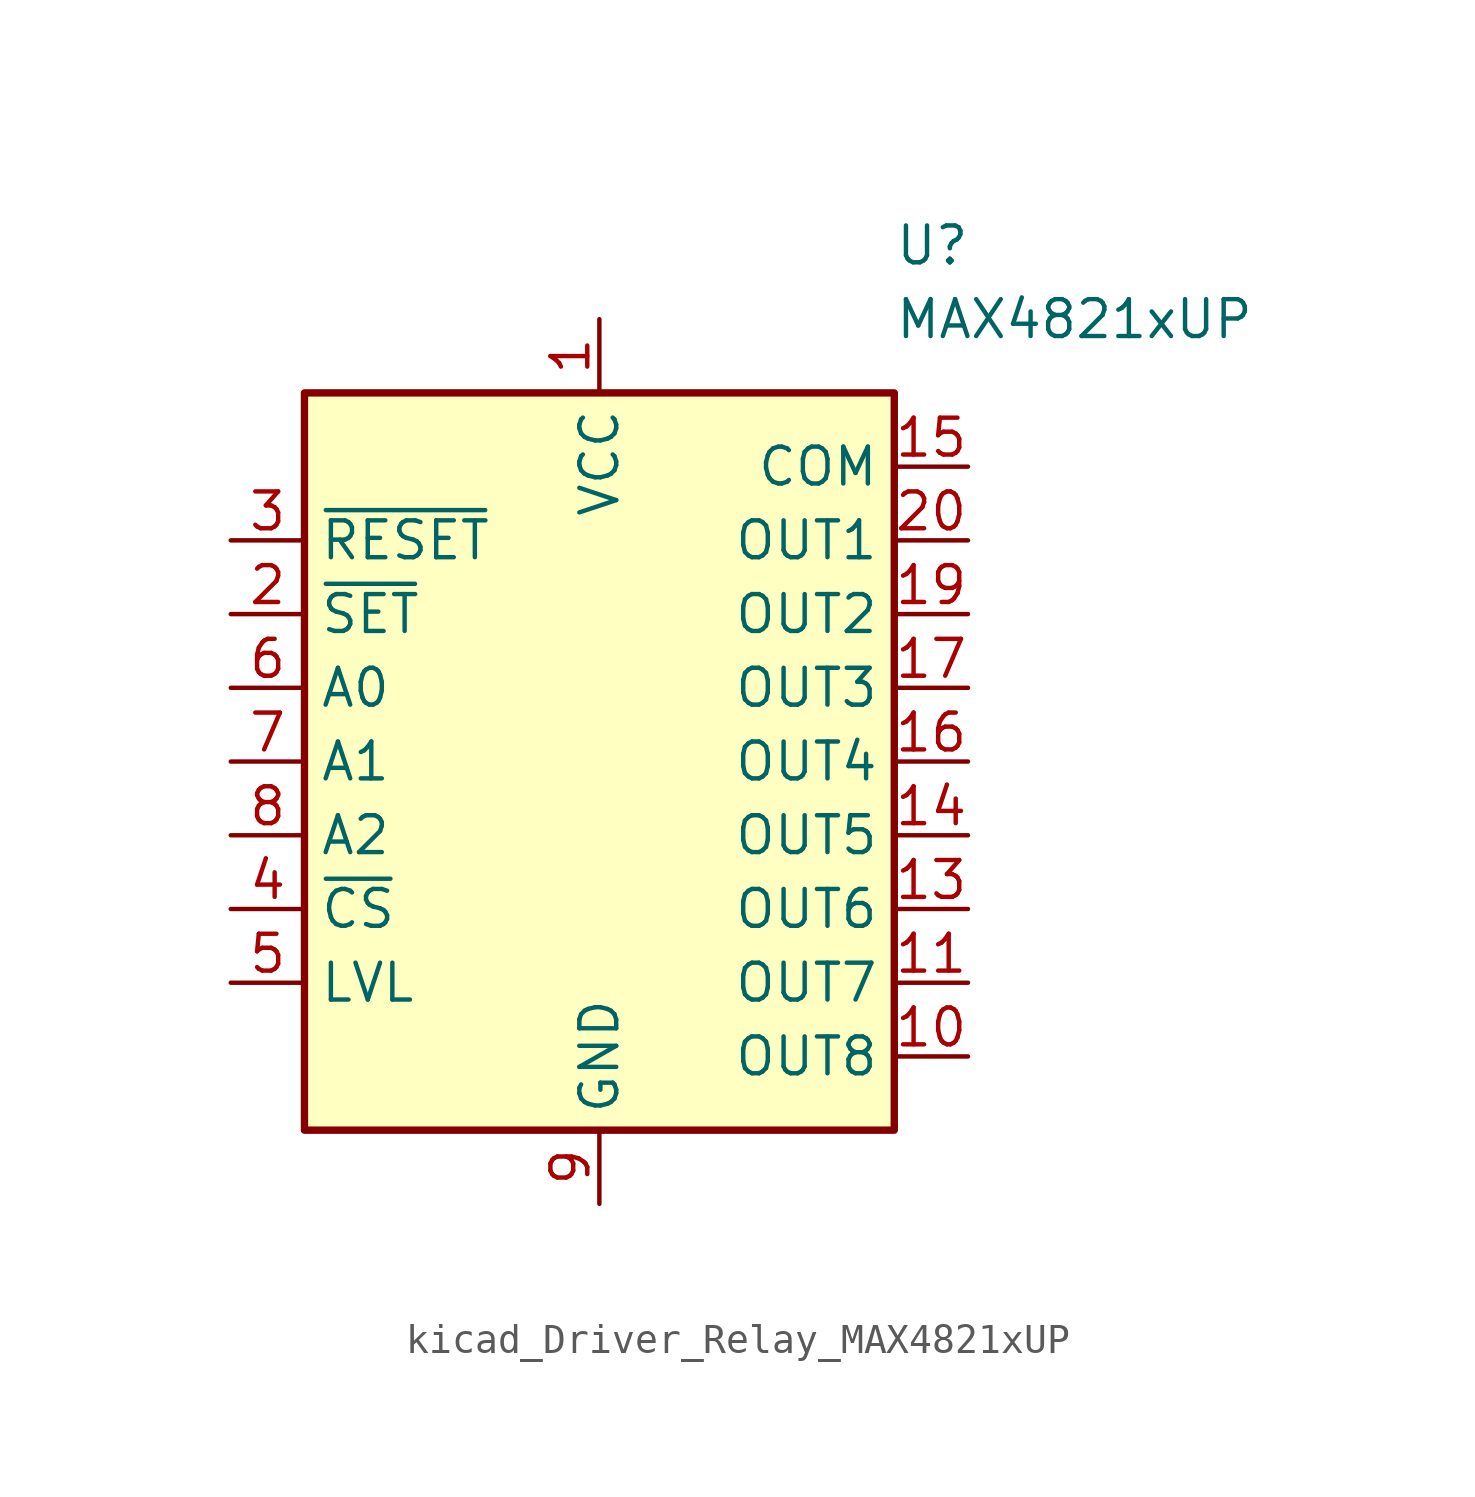
<source format=kicad_sym>
(kicad_symbol_lib
  (version 20220914)
  (generator kicad_symbol_editor)
  (symbol "kicad_Driver_Relay_MAX4821xUP"
    (property "Reference" "U"
      (at 10.16 17.78 0)
      (effects (font (size 1.27 1.27)) (justify left)))
    (property "Value" "MAX4821xUP"
      (at 10.16 15.24 0)
      (effects (font (size 1.27 1.27)) (justify left)))
    (symbol "kicad_Driver_Relay_MAX4821xUP_0_0"
      (pin open_collector line (at 12.7 2.54 180) (length 2.54) (name "OUT3" (effects (font (size 1.27 1.27)))) (number "17" (effects (font (size 1.27 1.27)))))
      (pin passive line (at 0 -15.24 90) (length 2.54) hide (name "GND" (effects (font (size 1.27 1.27)))) (number "18" (effects (font (size 1.27 1.27)))))
      (pin open_collector line (at 12.7 5.08 180) (length 2.54) (name "OUT2" (effects (font (size 1.27 1.27)))) (number "19" (effects (font (size 1.27 1.27)))))
      (pin open_collector line (at 12.7 7.62 180) (length 2.54) (name "OUT1" (effects (font (size 1.27 1.27)))) (number "20" (effects (font (size 1.27 1.27)))))
      (pin passive line (at 0 -15.24 90) (length 2.54) hide (name "GND" (effects (font (size 1.27 1.27)))) (number "21" (effects (font (size 1.27 1.27)))))
      (pin power_in line (at 0 -15.24 90) (length 2.54) (name "GND" (effects (font (size 1.27 1.27)))) (number "9" (effects (font (size 1.27 1.27))))))
    (symbol "kicad_Driver_Relay_MAX4821xUP_0_1"
      (rectangle (start -10.16 12.7) (end 10.16 -12.7) (stroke (width 0.254) (type default)) (fill (type background))))
    (symbol "kicad_Driver_Relay_MAX4821xUP_1_1"
      (pin power_in line (at 0 15.24 270) (length 2.54) (name "VCC" (effects (font (size 1.27 1.27)))) (number "1" (effects (font (size 1.27 1.27)))))
      (pin open_collector line (at 12.7 -10.16 180) (length 2.54) (name "OUT8" (effects (font (size 1.27 1.27)))) (number "10" (effects (font (size 1.27 1.27)))))
      (pin open_collector line (at 12.7 -7.62 180) (length 2.54) (name "OUT7" (effects (font (size 1.27 1.27)))) (number "11" (effects (font (size 1.27 1.27)))))
      (pin passive line (at 0 -15.24 90) (length 2.54) hide (name "GND" (effects (font (size 1.27 1.27)))) (number "12" (effects (font (size 1.27 1.27)))))
      (pin open_collector line (at 12.7 -5.08 180) (length 2.54) (name "OUT6" (effects (font (size 1.27 1.27)))) (number "13" (effects (font (size 1.27 1.27)))))
      (pin open_collector line (at 12.7 -2.54 180) (length 2.54) (name "OUT5" (effects (font (size 1.27 1.27)))) (number "14" (effects (font (size 1.27 1.27)))))
      (pin passive line (at 12.7 10.16 180) (length 2.54) (name "COM" (effects (font (size 1.27 1.27)))) (number "15" (effects (font (size 1.27 1.27)))))
      (pin open_collector line (at 12.7 0 180) (length 2.54) (name "OUT4" (effects (font (size 1.27 1.27)))) (number "16" (effects (font (size 1.27 1.27)))))
      (pin input line (at -12.7 5.08 0) (length 2.54) (name "~{SET}" (effects (font (size 1.27 1.27)))) (number "2" (effects (font (size 1.27 1.27)))))
      (pin input line (at -12.7 7.62 0) (length 2.54) (name "~{RESET}" (effects (font (size 1.27 1.27)))) (number "3" (effects (font (size 1.27 1.27)))))
      (pin input line (at -12.7 -5.08 0) (length 2.54) (name "~{CS}" (effects (font (size 1.27 1.27)))) (number "4" (effects (font (size 1.27 1.27)))))
      (pin input line (at -12.7 -7.62 0) (length 2.54) (name "LVL" (effects (font (size 1.27 1.27)))) (number "5" (effects (font (size 1.27 1.27)))))
      (pin input line (at -12.7 2.54 0) (length 2.54) (name "A0" (effects (font (size 1.27 1.27)))) (number "6" (effects (font (size 1.27 1.27)))))
      (pin input line (at -12.7 0 0) (length 2.54) (name "A1" (effects (font (size 1.27 1.27)))) (number "7" (effects (font (size 1.27 1.27)))))
      (pin input line (at -12.7 -2.54 0) (length 2.54) (name "A2" (effects (font (size 1.27 1.27)))) (number "8" (effects (font (size 1.27 1.27))))))))
</source>
